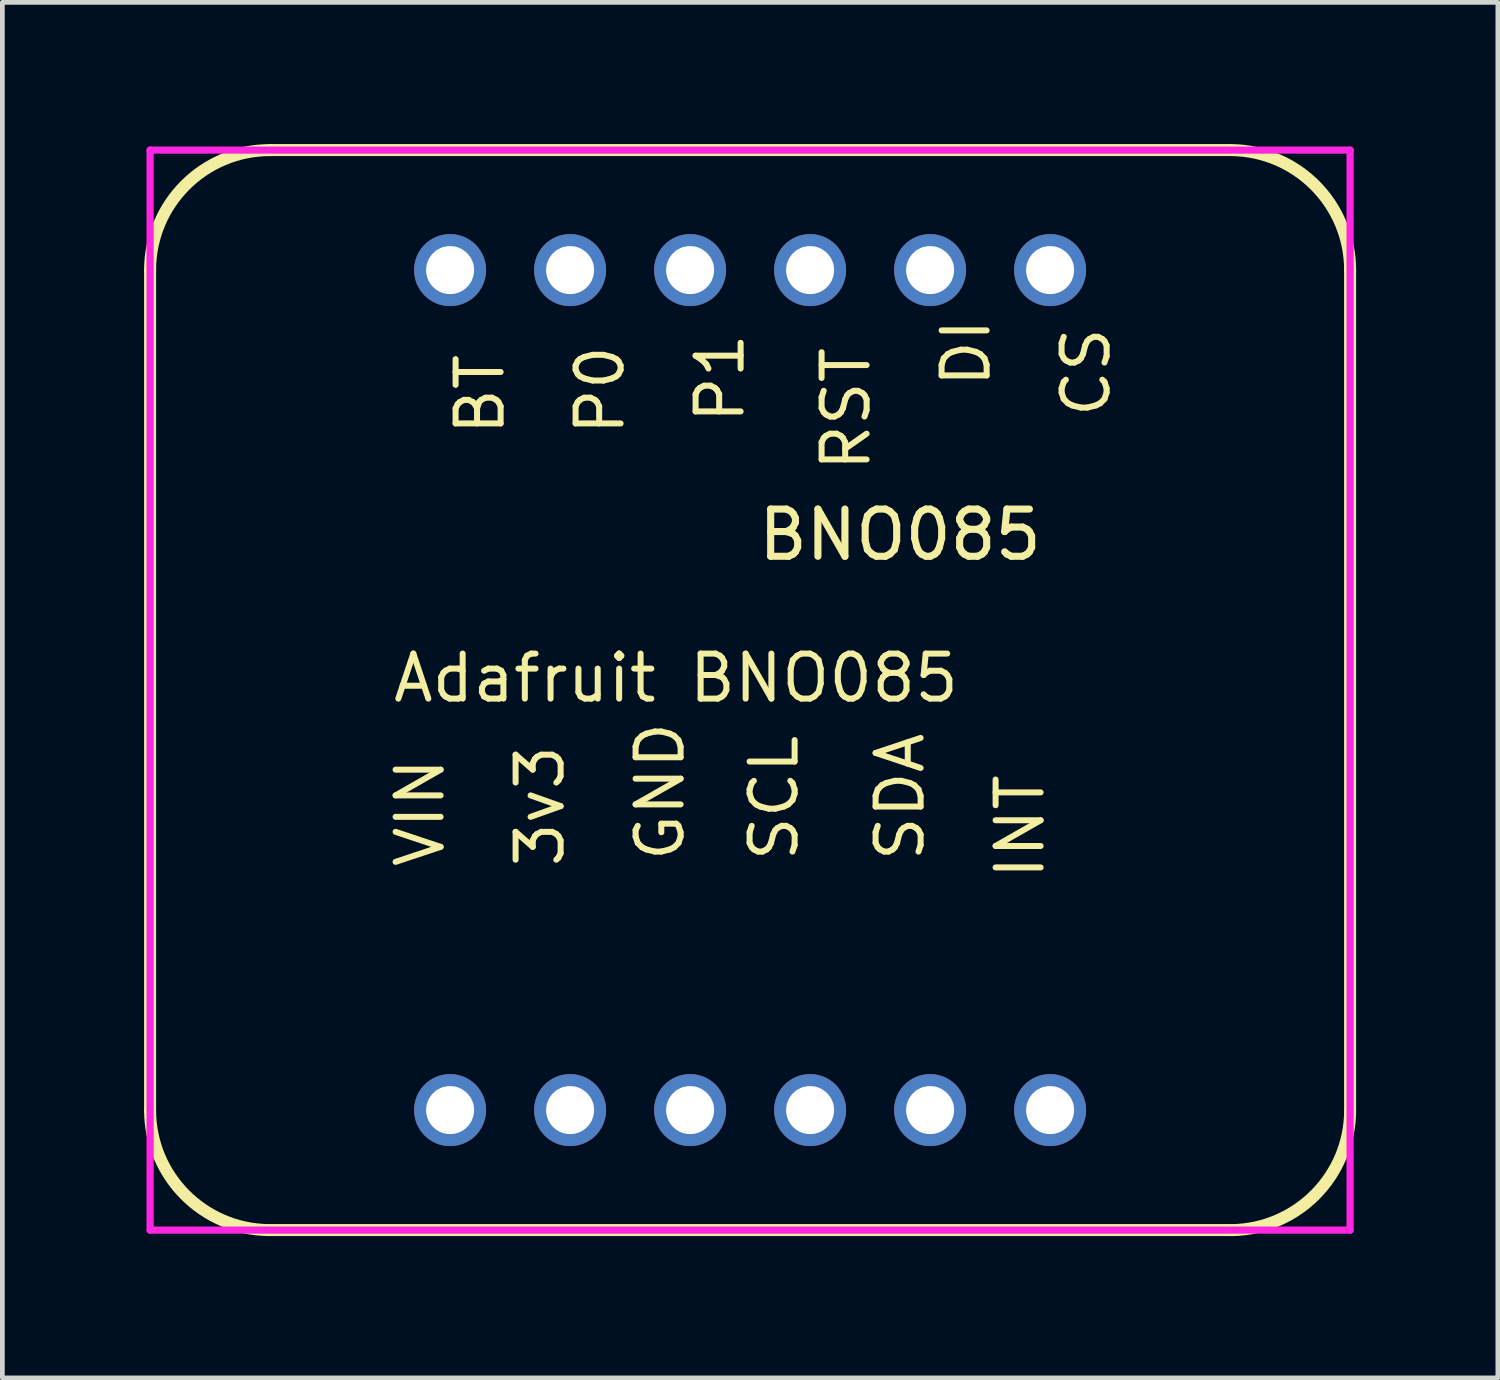
<source format=kicad_pcb>
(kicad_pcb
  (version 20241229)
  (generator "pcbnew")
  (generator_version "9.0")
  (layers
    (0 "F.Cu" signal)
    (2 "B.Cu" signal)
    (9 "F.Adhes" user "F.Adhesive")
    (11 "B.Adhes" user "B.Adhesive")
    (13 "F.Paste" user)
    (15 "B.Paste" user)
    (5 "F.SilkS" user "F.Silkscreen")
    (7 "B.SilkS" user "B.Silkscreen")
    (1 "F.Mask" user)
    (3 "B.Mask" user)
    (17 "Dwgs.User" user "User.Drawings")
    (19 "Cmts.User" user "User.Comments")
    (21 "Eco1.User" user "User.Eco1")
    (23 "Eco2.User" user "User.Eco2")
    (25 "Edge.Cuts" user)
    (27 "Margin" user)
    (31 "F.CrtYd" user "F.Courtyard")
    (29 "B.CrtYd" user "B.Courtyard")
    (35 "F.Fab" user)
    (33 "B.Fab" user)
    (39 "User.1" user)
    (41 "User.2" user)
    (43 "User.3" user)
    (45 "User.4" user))
  (footprint "BNO085"
    (layer "F.Cu")
    (at 12.926 11.477)
    (property "Reference" "BNO085" (at 0 -3.207 0) (layer "F.SilkS") (effects (font (size 1 1) (thickness 0.15)) (justify left)))
    (attr through_hole)
    (fp_line (start -12.799 8.97) (end -12.799 -8.81) (stroke (width 0.254) (type solid)) (layer "F.SilkS"))
    (fp_line (start -10.259 -11.35) (end 10.061 -11.35) (stroke (width 0.254) (type solid)) (layer "F.SilkS"))
    (fp_line (start -10.259 11.51) (end 10.061 11.51) (stroke (width 0.254) (type solid)) (layer "F.SilkS"))
    (fp_line (start 12.601 8.97) (end 12.601 -8.81) (stroke (width 0.254) (type solid)) (layer "F.SilkS"))
    (fp_arc (start -12.799 -8.81) (mid -12.055051 -10.606051) (end -10.259 -11.35) (stroke (width 0.254) (type solid)) (layer "F.SilkS"))
    (fp_arc (start -10.293 11.51) (mid -12.06732 10.754022) (end -12.799228 8.969639) (stroke (width 0.254) (type solid)) (layer "F.SilkS"))
    (fp_arc (start 10.096 -11.35) (mid 11.869706 -10.59365) (end 12.601241 -8.809566) (stroke (width 0.254) (type solid)) (layer "F.SilkS"))
    (fp_arc (start 12.602 8.986) (mid 11.864196 10.760369) (end 10.095138 11.510821) (stroke (width 0.254) (type solid)) (layer "F.SilkS"))
    (fp_line (start -12.799 -11.35) (end 12.601 -11.35) (stroke (width 0.152) (type solid)) (layer "F.CrtYd"))
    (fp_line (start -12.799 11.51) (end -12.799 -11.35) (stroke (width 0.152) (type solid)) (layer "F.CrtYd"))
    (fp_line (start 12.601 -11.35) (end 12.601 11.51) (stroke (width 0.152) (type solid)) (layer "F.CrtYd"))
    (fp_line (start 12.601 11.51) (end -12.799 11.51) (stroke (width 0.152) (type solid)) (layer "F.CrtYd"))
    (fp_text user "INT" (at 5.616 4.144 270) (layer "F.SilkS") (effects (font (size 0.953 0.953) (thickness 0.127)) (justify left)))
    (fp_text user "RST" (at 1.933 -4.492 90) (layer "F.SilkS") (effects (font (size 0.953 0.953) (thickness 0.127)) (justify left)))
    (fp_text user "VIN" (at -7.084 3.89 270) (layer "F.SilkS") (effects (font (size 0.953 0.953) (thickness 0.127)) (justify left)))
    (fp_text user "3v3" (at -4.544 3.89 270) (layer "F.SilkS") (effects (font (size 0.953 0.953) (thickness 0.127)) (justify left)))
    (fp_text user "DI" (at 4.473 -6.27 90) (layer "F.SilkS") (effects (font (size 0.953 0.953) (thickness 0.127)) (justify left)))
    (fp_text user "SDA" (at 3.076 3.763 270) (layer "F.SilkS") (effects (font (size 0.953 0.953) (thickness 0.127)) (justify left)))
    (fp_text user "GND" (at -2.004 3.763 270) (layer "F.SilkS") (effects (font (size 0.953 0.953) (thickness 0.127)) (justify left)))
    (fp_text user "P0" (at -3.274 -5.254 90) (layer "F.SilkS") (effects (font (size 0.953 0.953) (thickness 0.127)) (justify left)))
    (fp_text user "BT" (at -5.814 -5.254 90) (layer "F.SilkS") (effects (font (size 0.953 0.953) (thickness 0.127)) (justify left)))
    (fp_text user "Adafruit BNO085" (at -7.719 -0.174 0) (layer "F.SilkS") (effects (font (size 0.953 0.953) (thickness 0.127)) (justify left)))
    (fp_text user "P1" (at -0.734 -5.508 90) (layer "F.SilkS") (effects (font (size 0.953 0.953) (thickness 0.127)) (justify left)))
    (fp_text user "CS" (at 7.013 -5.635 90) (layer "F.SilkS") (effects (font (size 0.953 0.953) (thickness 0.127)) (justify left)))
    (fp_text user "SCL" (at 0.409 3.763 270) (layer "F.SilkS") (effects (font (size 0.953 0.953) (thickness 0.127)) (justify left)))
    (pad "1" thru_hole circle (at -6.449 8.97) (size 1.524 1.524) (drill 1.016) (layers "*.Cu" "*.Mask"))
    (pad "2" thru_hole circle (at -3.909 8.97) (size 1.524 1.524) (drill 1.016) (layers "*.Cu" "*.Mask"))
    (pad "3" thru_hole circle (at -1.369 8.97) (size 1.524 1.524) (drill 1.016) (layers "*.Cu" "*.Mask"))
    (pad "4" thru_hole circle (at 1.171 8.97) (size 1.524 1.524) (drill 1.016) (layers "*.Cu" "*.Mask"))
    (pad "5" thru_hole circle (at 3.711 8.97) (size 1.524 1.524) (drill 1.016) (layers "*.Cu" "*.Mask"))
    (pad "6" thru_hole circle (at 6.251 8.97) (size 1.524 1.524) (drill 1.016) (layers "*.Cu" "*.Mask"))
    (pad "7" thru_hole circle (at 6.251 -8.81 180) (size 1.524 1.524) (drill 1.016) (layers "*.Cu" "*.Mask"))
    (pad "8" thru_hole circle (at 3.711 -8.81 180) (size 1.524 1.524) (drill 1.016) (layers "*.Cu" "*.Mask"))
    (pad "9" thru_hole circle (at 1.171 -8.81 180) (size 1.524 1.524) (drill 1.016) (layers "*.Cu" "*.Mask"))
    (pad "10" thru_hole circle (at -1.369 -8.81 180) (size 1.524 1.524) (drill 1.016) (layers "*.Cu" "*.Mask"))
    (pad "11" thru_hole circle (at -3.909 -8.81 180) (size 1.524 1.524) (drill 1.016) (layers "*.Cu" "*.Mask"))
    (pad "12" thru_hole circle (at -6.449 -8.81 180) (size 1.524 1.524) (drill 1.016) (layers "*.Cu" "*.Mask")))
  (gr_rect
    (start -3 -3)
    (end 28.655 26.115)
    (stroke (width 0.1) (type default))
    (fill no)
    (layer "Edge.Cuts")))
</source>
